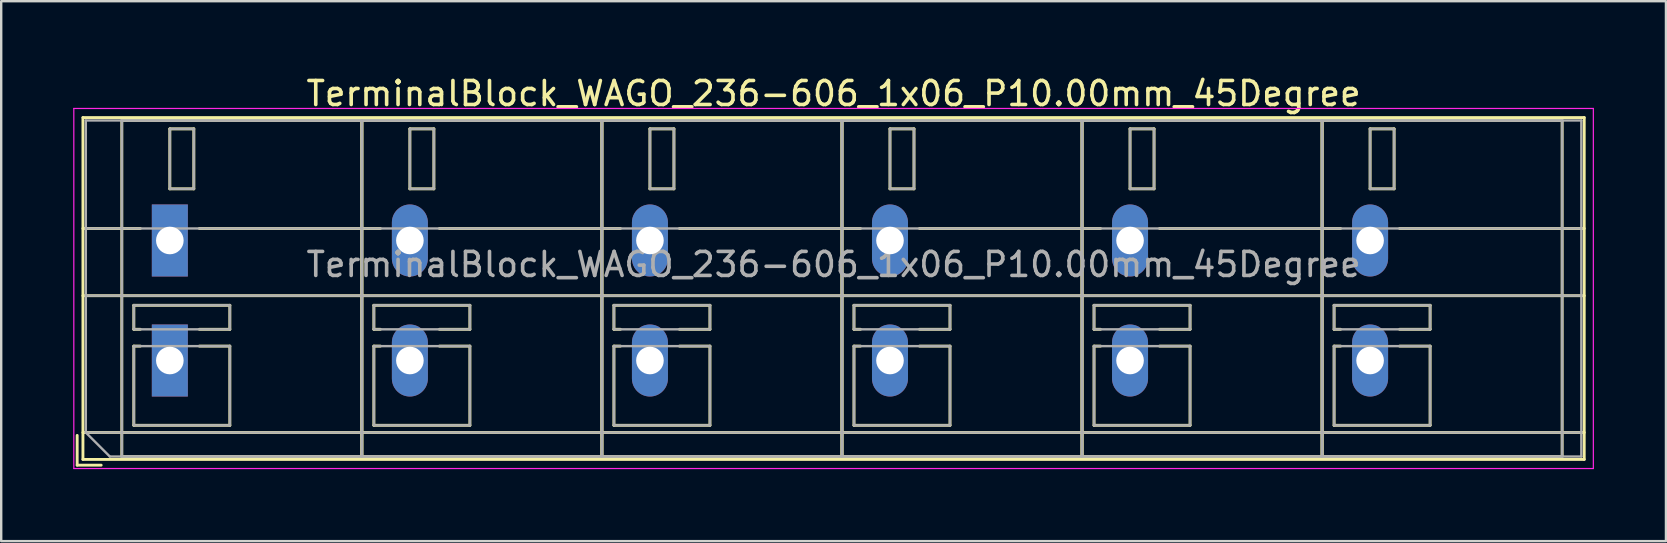
<source format=kicad_pcb>
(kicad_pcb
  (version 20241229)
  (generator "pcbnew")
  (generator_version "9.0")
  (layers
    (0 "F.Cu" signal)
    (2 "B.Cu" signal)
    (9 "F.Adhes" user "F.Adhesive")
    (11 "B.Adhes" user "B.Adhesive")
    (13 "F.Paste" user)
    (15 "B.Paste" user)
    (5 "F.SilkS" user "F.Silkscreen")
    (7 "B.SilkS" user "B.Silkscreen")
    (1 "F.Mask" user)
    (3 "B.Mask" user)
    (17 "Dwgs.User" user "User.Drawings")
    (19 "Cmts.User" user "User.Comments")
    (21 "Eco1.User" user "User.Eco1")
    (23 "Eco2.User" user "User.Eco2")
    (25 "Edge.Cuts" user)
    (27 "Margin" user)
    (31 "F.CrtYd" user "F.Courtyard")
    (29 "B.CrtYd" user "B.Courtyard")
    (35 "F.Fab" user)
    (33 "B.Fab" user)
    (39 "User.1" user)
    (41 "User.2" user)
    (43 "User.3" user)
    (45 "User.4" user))
  (footprint "TerminalBlock_WAGO_236-606_1x06_P10.00mm_45Degree"
    (layer "F.Cu")
    (at 4.025 6.968)
    (property "Reference" "TerminalBlock_WAGO_236-606_1x06_P10.00mm_45Degree" (at 27.65 -6.12 0) (layer "F.SilkS") (effects (font (size 1 1) (thickness 0.15))))
    (attr through_hole)
    (fp_line (start -3.86 8.12) (end -3.86 9.36) (stroke (width 0.12) (type solid)) (layer "F.SilkS"))
    (fp_line (start -3.86 9.36) (end -2.86 9.36) (stroke (width 0.12) (type solid)) (layer "F.SilkS"))
    (fp_line (start -3.62 -5.12) (end -3.62 9.12) (stroke (width 0.12) (type solid)) (layer "F.SilkS"))
    (fp_line (start -3.62 -5.12) (end 58.92 -5.12) (stroke (width 0.12) (type solid)) (layer "F.SilkS"))
    (fp_line (start -3.62 -0.5) (end -1.23 -0.5) (stroke (width 0.12) (type solid)) (layer "F.SilkS"))
    (fp_line (start -3.62 2.3) (end 58.92 2.3) (stroke (width 0.12) (type solid)) (layer "F.SilkS"))
    (fp_line (start -3.62 8) (end 58.92 8) (stroke (width 0.12) (type solid)) (layer "F.SilkS"))
    (fp_line (start -3.62 9.12) (end 58.92 9.12) (stroke (width 0.12) (type solid)) (layer "F.SilkS"))
    (fp_line (start -2 -5) (end -2 9) (stroke (width 0.12) (type solid)) (layer "F.SilkS"))
    (fp_line (start -2 -5) (end 8 -5) (stroke (width 0.12) (type solid)) (layer "F.SilkS"))
    (fp_line (start -2 9) (end 8 9) (stroke (width 0.12) (type solid)) (layer "F.SilkS"))
    (fp_line (start -1.5 2.7) (end -1.5 3.7) (stroke (width 0.12) (type solid)) (layer "F.SilkS"))
    (fp_line (start -1.5 2.7) (end 2.5 2.7) (stroke (width 0.12) (type solid)) (layer "F.SilkS"))
    (fp_line (start -1.5 3.7) (end -1.23 3.7) (stroke (width 0.12) (type solid)) (layer "F.SilkS"))
    (fp_line (start -1.5 4.4) (end -1.5 7.7) (stroke (width 0.12) (type solid)) (layer "F.SilkS"))
    (fp_line (start -1.5 4.4) (end -1.23 4.4) (stroke (width 0.12) (type solid)) (layer "F.SilkS"))
    (fp_line (start -1.5 7.7) (end 2.5 7.7) (stroke (width 0.12) (type solid)) (layer "F.SilkS"))
    (fp_line (start 0 -4.65) (end 0 -2.151) (stroke (width 0.12) (type solid)) (layer "F.SilkS"))
    (fp_line (start 0 -4.65) (end 1 -4.65) (stroke (width 0.12) (type solid)) (layer "F.SilkS"))
    (fp_line (start 0 -2.151) (end 1 -2.151) (stroke (width 0.12) (type solid)) (layer "F.SilkS"))
    (fp_line (start 1 -4.65) (end 1 -2.151) (stroke (width 0.12) (type solid)) (layer "F.SilkS"))
    (fp_line (start 1.23 -0.5) (end 8.77 -0.5) (stroke (width 0.12) (type solid)) (layer "F.SilkS"))
    (fp_line (start 1.23 3.7) (end 2.5 3.7) (stroke (width 0.12) (type solid)) (layer "F.SilkS"))
    (fp_line (start 1.23 4.4) (end 2.5 4.4) (stroke (width 0.12) (type solid)) (layer "F.SilkS"))
    (fp_line (start 2.5 2.7) (end 2.5 3.7) (stroke (width 0.12) (type solid)) (layer "F.SilkS"))
    (fp_line (start 2.5 4.4) (end 2.5 7.7) (stroke (width 0.12) (type solid)) (layer "F.SilkS"))
    (fp_line (start 8 -5) (end 8 9) (stroke (width 0.12) (type solid)) (layer "F.SilkS"))
    (fp_line (start 8 -5) (end 8 9) (stroke (width 0.12) (type solid)) (layer "F.SilkS"))
    (fp_line (start 8 -5) (end 18 -5) (stroke (width 0.12) (type solid)) (layer "F.SilkS"))
    (fp_line (start 8 9) (end 18 9) (stroke (width 0.12) (type solid)) (layer "F.SilkS"))
    (fp_line (start 8.5 2.7) (end 8.5 3.7) (stroke (width 0.12) (type solid)) (layer "F.SilkS"))
    (fp_line (start 8.5 2.7) (end 12.5 2.7) (stroke (width 0.12) (type solid)) (layer "F.SilkS"))
    (fp_line (start 8.5 3.7) (end 8.77 3.7) (stroke (width 0.12) (type solid)) (layer "F.SilkS"))
    (fp_line (start 8.5 4.4) (end 8.5 7.7) (stroke (width 0.12) (type solid)) (layer "F.SilkS"))
    (fp_line (start 8.5 4.4) (end 8.77 4.4) (stroke (width 0.12) (type solid)) (layer "F.SilkS"))
    (fp_line (start 8.5 7.7) (end 12.5 7.7) (stroke (width 0.12) (type solid)) (layer "F.SilkS"))
    (fp_line (start 10 -4.65) (end 10 -2.151) (stroke (width 0.12) (type solid)) (layer "F.SilkS"))
    (fp_line (start 10 -4.65) (end 11 -4.65) (stroke (width 0.12) (type solid)) (layer "F.SilkS"))
    (fp_line (start 10 -2.151) (end 11 -2.151) (stroke (width 0.12) (type solid)) (layer "F.SilkS"))
    (fp_line (start 11 -4.65) (end 11 -2.151) (stroke (width 0.12) (type solid)) (layer "F.SilkS"))
    (fp_line (start 11.23 -0.5) (end 18.77 -0.5) (stroke (width 0.12) (type solid)) (layer "F.SilkS"))
    (fp_line (start 11.23 3.7) (end 12.5 3.7) (stroke (width 0.12) (type solid)) (layer "F.SilkS"))
    (fp_line (start 11.23 4.4) (end 12.5 4.4) (stroke (width 0.12) (type solid)) (layer "F.SilkS"))
    (fp_line (start 12.5 2.7) (end 12.5 3.7) (stroke (width 0.12) (type solid)) (layer "F.SilkS"))
    (fp_line (start 12.5 4.4) (end 12.5 7.7) (stroke (width 0.12) (type solid)) (layer "F.SilkS"))
    (fp_line (start 18 -5) (end 18 9) (stroke (width 0.12) (type solid)) (layer "F.SilkS"))
    (fp_line (start 18 -5) (end 18 9) (stroke (width 0.12) (type solid)) (layer "F.SilkS"))
    (fp_line (start 18 -5) (end 28 -5) (stroke (width 0.12) (type solid)) (layer "F.SilkS"))
    (fp_line (start 18 9) (end 28 9) (stroke (width 0.12) (type solid)) (layer "F.SilkS"))
    (fp_line (start 18.5 2.7) (end 18.5 3.7) (stroke (width 0.12) (type solid)) (layer "F.SilkS"))
    (fp_line (start 18.5 2.7) (end 22.5 2.7) (stroke (width 0.12) (type solid)) (layer "F.SilkS"))
    (fp_line (start 18.5 3.7) (end 18.77 3.7) (stroke (width 0.12) (type solid)) (layer "F.SilkS"))
    (fp_line (start 18.5 4.4) (end 18.5 7.7) (stroke (width 0.12) (type solid)) (layer "F.SilkS"))
    (fp_line (start 18.5 4.4) (end 18.77 4.4) (stroke (width 0.12) (type solid)) (layer "F.SilkS"))
    (fp_line (start 18.5 7.7) (end 22.5 7.7) (stroke (width 0.12) (type solid)) (layer "F.SilkS"))
    (fp_line (start 20 -4.65) (end 20 -2.151) (stroke (width 0.12) (type solid)) (layer "F.SilkS"))
    (fp_line (start 20 -4.65) (end 21 -4.65) (stroke (width 0.12) (type solid)) (layer "F.SilkS"))
    (fp_line (start 20 -2.151) (end 21 -2.151) (stroke (width 0.12) (type solid)) (layer "F.SilkS"))
    (fp_line (start 21 -4.65) (end 21 -2.151) (stroke (width 0.12) (type solid)) (layer "F.SilkS"))
    (fp_line (start 21.23 -0.5) (end 28.77 -0.5) (stroke (width 0.12) (type solid)) (layer "F.SilkS"))
    (fp_line (start 21.23 3.7) (end 22.5 3.7) (stroke (width 0.12) (type solid)) (layer "F.SilkS"))
    (fp_line (start 21.23 4.4) (end 22.5 4.4) (stroke (width 0.12) (type solid)) (layer "F.SilkS"))
    (fp_line (start 22.5 2.7) (end 22.5 3.7) (stroke (width 0.12) (type solid)) (layer "F.SilkS"))
    (fp_line (start 22.5 4.4) (end 22.5 7.7) (stroke (width 0.12) (type solid)) (layer "F.SilkS"))
    (fp_line (start 28 -5) (end 28 9) (stroke (width 0.12) (type solid)) (layer "F.SilkS"))
    (fp_line (start 28 -5) (end 28 9) (stroke (width 0.12) (type solid)) (layer "F.SilkS"))
    (fp_line (start 28 -5) (end 38 -5) (stroke (width 0.12) (type solid)) (layer "F.SilkS"))
    (fp_line (start 28 9) (end 38 9) (stroke (width 0.12) (type solid)) (layer "F.SilkS"))
    (fp_line (start 28.5 2.7) (end 28.5 3.7) (stroke (width 0.12) (type solid)) (layer "F.SilkS"))
    (fp_line (start 28.5 2.7) (end 32.5 2.7) (stroke (width 0.12) (type solid)) (layer "F.SilkS"))
    (fp_line (start 28.5 3.7) (end 28.77 3.7) (stroke (width 0.12) (type solid)) (layer "F.SilkS"))
    (fp_line (start 28.5 4.4) (end 28.5 7.7) (stroke (width 0.12) (type solid)) (layer "F.SilkS"))
    (fp_line (start 28.5 4.4) (end 28.77 4.4) (stroke (width 0.12) (type solid)) (layer "F.SilkS"))
    (fp_line (start 28.5 7.7) (end 32.5 7.7) (stroke (width 0.12) (type solid)) (layer "F.SilkS"))
    (fp_line (start 30 -4.65) (end 30 -2.151) (stroke (width 0.12) (type solid)) (layer "F.SilkS"))
    (fp_line (start 30 -4.65) (end 31 -4.65) (stroke (width 0.12) (type solid)) (layer "F.SilkS"))
    (fp_line (start 30 -2.151) (end 31 -2.151) (stroke (width 0.12) (type solid)) (layer "F.SilkS"))
    (fp_line (start 31 -4.65) (end 31 -2.151) (stroke (width 0.12) (type solid)) (layer "F.SilkS"))
    (fp_line (start 31.23 -0.5) (end 38.77 -0.5) (stroke (width 0.12) (type solid)) (layer "F.SilkS"))
    (fp_line (start 31.23 3.7) (end 32.5 3.7) (stroke (width 0.12) (type solid)) (layer "F.SilkS"))
    (fp_line (start 31.23 4.4) (end 32.5 4.4) (stroke (width 0.12) (type solid)) (layer "F.SilkS"))
    (fp_line (start 32.5 2.7) (end 32.5 3.7) (stroke (width 0.12) (type solid)) (layer "F.SilkS"))
    (fp_line (start 32.5 4.4) (end 32.5 7.7) (stroke (width 0.12) (type solid)) (layer "F.SilkS"))
    (fp_line (start 38 -5) (end 38 9) (stroke (width 0.12) (type solid)) (layer "F.SilkS"))
    (fp_line (start 38 -5) (end 38 9) (stroke (width 0.12) (type solid)) (layer "F.SilkS"))
    (fp_line (start 38 -5) (end 48 -5) (stroke (width 0.12) (type solid)) (layer "F.SilkS"))
    (fp_line (start 38 9) (end 48 9) (stroke (width 0.12) (type solid)) (layer "F.SilkS"))
    (fp_line (start 38.5 2.7) (end 38.5 3.7) (stroke (width 0.12) (type solid)) (layer "F.SilkS"))
    (fp_line (start 38.5 2.7) (end 42.5 2.7) (stroke (width 0.12) (type solid)) (layer "F.SilkS"))
    (fp_line (start 38.5 3.7) (end 38.77 3.7) (stroke (width 0.12) (type solid)) (layer "F.SilkS"))
    (fp_line (start 38.5 4.4) (end 38.5 7.7) (stroke (width 0.12) (type solid)) (layer "F.SilkS"))
    (fp_line (start 38.5 4.4) (end 38.77 4.4) (stroke (width 0.12) (type solid)) (layer "F.SilkS"))
    (fp_line (start 38.5 7.7) (end 42.5 7.7) (stroke (width 0.12) (type solid)) (layer "F.SilkS"))
    (fp_line (start 40 -4.65) (end 40 -2.151) (stroke (width 0.12) (type solid)) (layer "F.SilkS"))
    (fp_line (start 40 -4.65) (end 41 -4.65) (stroke (width 0.12) (type solid)) (layer "F.SilkS"))
    (fp_line (start 40 -2.151) (end 41 -2.151) (stroke (width 0.12) (type solid)) (layer "F.SilkS"))
    (fp_line (start 41 -4.65) (end 41 -2.151) (stroke (width 0.12) (type solid)) (layer "F.SilkS"))
    (fp_line (start 41.23 -0.5) (end 48.77 -0.5) (stroke (width 0.12) (type solid)) (layer "F.SilkS"))
    (fp_line (start 41.23 3.7) (end 42.5 3.7) (stroke (width 0.12) (type solid)) (layer "F.SilkS"))
    (fp_line (start 41.23 4.4) (end 42.5 4.4) (stroke (width 0.12) (type solid)) (layer "F.SilkS"))
    (fp_line (start 42.5 2.7) (end 42.5 3.7) (stroke (width 0.12) (type solid)) (layer "F.SilkS"))
    (fp_line (start 42.5 4.4) (end 42.5 7.7) (stroke (width 0.12) (type solid)) (layer "F.SilkS"))
    (fp_line (start 48 -5) (end 48 9) (stroke (width 0.12) (type solid)) (layer "F.SilkS"))
    (fp_line (start 48 -5) (end 48 9) (stroke (width 0.12) (type solid)) (layer "F.SilkS"))
    (fp_line (start 48 -5) (end 58 -5) (stroke (width 0.12) (type solid)) (layer "F.SilkS"))
    (fp_line (start 48 9) (end 58 9) (stroke (width 0.12) (type solid)) (layer "F.SilkS"))
    (fp_line (start 48.5 2.7) (end 48.5 3.7) (stroke (width 0.12) (type solid)) (layer "F.SilkS"))
    (fp_line (start 48.5 2.7) (end 52.5 2.7) (stroke (width 0.12) (type solid)) (layer "F.SilkS"))
    (fp_line (start 48.5 3.7) (end 48.77 3.7) (stroke (width 0.12) (type solid)) (layer "F.SilkS"))
    (fp_line (start 48.5 4.4) (end 48.5 7.7) (stroke (width 0.12) (type solid)) (layer "F.SilkS"))
    (fp_line (start 48.5 4.4) (end 48.77 4.4) (stroke (width 0.12) (type solid)) (layer "F.SilkS"))
    (fp_line (start 48.5 7.7) (end 52.5 7.7) (stroke (width 0.12) (type solid)) (layer "F.SilkS"))
    (fp_line (start 50 -4.65) (end 50 -2.151) (stroke (width 0.12) (type solid)) (layer "F.SilkS"))
    (fp_line (start 50 -4.65) (end 51 -4.65) (stroke (width 0.12) (type solid)) (layer "F.SilkS"))
    (fp_line (start 50 -2.151) (end 51 -2.151) (stroke (width 0.12) (type solid)) (layer "F.SilkS"))
    (fp_line (start 51 -4.65) (end 51 -2.151) (stroke (width 0.12) (type solid)) (layer "F.SilkS"))
    (fp_line (start 51.23 -0.5) (end 58.92 -0.5) (stroke (width 0.12) (type solid)) (layer "F.SilkS"))
    (fp_line (start 51.23 3.7) (end 52.5 3.7) (stroke (width 0.12) (type solid)) (layer "F.SilkS"))
    (fp_line (start 51.23 4.4) (end 52.5 4.4) (stroke (width 0.12) (type solid)) (layer "F.SilkS"))
    (fp_line (start 52.5 2.7) (end 52.5 3.7) (stroke (width 0.12) (type solid)) (layer "F.SilkS"))
    (fp_line (start 52.5 4.4) (end 52.5 7.7) (stroke (width 0.12) (type solid)) (layer "F.SilkS"))
    (fp_line (start 58 -5) (end 58 9) (stroke (width 0.12) (type solid)) (layer "F.SilkS"))
    (fp_line (start 58.92 -5.12) (end 58.92 9.12) (stroke (width 0.12) (type solid)) (layer "F.SilkS"))
    (fp_line (start -4 -5.5) (end -4 9.5) (stroke (width 0.05) (type solid)) (layer "F.CrtYd"))
    (fp_line (start -4 9.5) (end 59.3 9.5) (stroke (width 0.05) (type solid)) (layer "F.CrtYd"))
    (fp_line (start 59.3 -5.5) (end -4 -5.5) (stroke (width 0.05) (type solid)) (layer "F.CrtYd"))
    (fp_line (start 59.3 9.5) (end 59.3 -5.5) (stroke (width 0.05) (type solid)) (layer "F.CrtYd"))
    (fp_line (start -3.5 -5) (end 58.8 -5) (stroke (width 0.1) (type solid)) (layer "F.Fab"))
    (fp_line (start -3.5 -0.5) (end 58.8 -0.5) (stroke (width 0.1) (type solid)) (layer "F.Fab"))
    (fp_line (start -3.5 2.3) (end 58.8 2.3) (stroke (width 0.1) (type solid)) (layer "F.Fab"))
    (fp_line (start -3.5 8) (end -3.5 -5) (stroke (width 0.1) (type solid)) (layer "F.Fab"))
    (fp_line (start -3.5 8) (end 58.8 8) (stroke (width 0.1) (type solid)) (layer "F.Fab"))
    (fp_line (start -2.5 9) (end -3.5 8) (stroke (width 0.1) (type solid)) (layer "F.Fab"))
    (fp_line (start -2 -5) (end -2 9) (stroke (width 0.1) (type solid)) (layer "F.Fab"))
    (fp_line (start -2 9) (end 8 9) (stroke (width 0.1) (type solid)) (layer "F.Fab"))
    (fp_line (start -1.5 2.7) (end -1.5 3.7) (stroke (width 0.1) (type solid)) (layer "F.Fab"))
    (fp_line (start -1.5 3.7) (end 2.5 3.7) (stroke (width 0.1) (type solid)) (layer "F.Fab"))
    (fp_line (start -1.5 4.4) (end -1.5 7.7) (stroke (width 0.1) (type solid)) (layer "F.Fab"))
    (fp_line (start -1.5 7.7) (end 2.5 7.7) (stroke (width 0.1) (type solid)) (layer "F.Fab"))
    (fp_line (start 0 -4.65) (end 0 -2.15) (stroke (width 0.1) (type solid)) (layer "F.Fab"))
    (fp_line (start 0 -2.15) (end 1 -2.15) (stroke (width 0.1) (type solid)) (layer "F.Fab"))
    (fp_line (start 1 -4.65) (end 0 -4.65) (stroke (width 0.1) (type solid)) (layer "F.Fab"))
    (fp_line (start 1 -2.15) (end 1 -4.65) (stroke (width 0.1) (type solid)) (layer "F.Fab"))
    (fp_line (start 2.5 2.7) (end -1.5 2.7) (stroke (width 0.1) (type solid)) (layer "F.Fab"))
    (fp_line (start 2.5 3.7) (end 2.5 2.7) (stroke (width 0.1) (type solid)) (layer "F.Fab"))
    (fp_line (start 2.5 4.4) (end -1.5 4.4) (stroke (width 0.1) (type solid)) (layer "F.Fab"))
    (fp_line (start 2.5 7.7) (end 2.5 4.4) (stroke (width 0.1) (type solid)) (layer "F.Fab"))
    (fp_line (start 8 -5) (end -2 -5) (stroke (width 0.1) (type solid)) (layer "F.Fab"))
    (fp_line (start 8 -5) (end 8 9) (stroke (width 0.1) (type solid)) (layer "F.Fab"))
    (fp_line (start 8 9) (end 8 -5) (stroke (width 0.1) (type solid)) (layer "F.Fab"))
    (fp_line (start 8 9) (end 18 9) (stroke (width 0.1) (type solid)) (layer "F.Fab"))
    (fp_line (start 8.5 2.7) (end 8.5 3.7) (stroke (width 0.1) (type solid)) (layer "F.Fab"))
    (fp_line (start 8.5 3.7) (end 12.5 3.7) (stroke (width 0.1) (type solid)) (layer "F.Fab"))
    (fp_line (start 8.5 4.4) (end 8.5 7.7) (stroke (width 0.1) (type solid)) (layer "F.Fab"))
    (fp_line (start 8.5 7.7) (end 12.5 7.7) (stroke (width 0.1) (type solid)) (layer "F.Fab"))
    (fp_line (start 10 -4.65) (end 10 -2.15) (stroke (width 0.1) (type solid)) (layer "F.Fab"))
    (fp_line (start 10 -2.15) (end 11 -2.15) (stroke (width 0.1) (type solid)) (layer "F.Fab"))
    (fp_line (start 11 -4.65) (end 10 -4.65) (stroke (width 0.1) (type solid)) (layer "F.Fab"))
    (fp_line (start 11 -2.15) (end 11 -4.65) (stroke (width 0.1) (type solid)) (layer "F.Fab"))
    (fp_line (start 12.5 2.7) (end 8.5 2.7) (stroke (width 0.1) (type solid)) (layer "F.Fab"))
    (fp_line (start 12.5 3.7) (end 12.5 2.7) (stroke (width 0.1) (type solid)) (layer "F.Fab"))
    (fp_line (start 12.5 4.4) (end 8.5 4.4) (stroke (width 0.1) (type solid)) (layer "F.Fab"))
    (fp_line (start 12.5 7.7) (end 12.5 4.4) (stroke (width 0.1) (type solid)) (layer "F.Fab"))
    (fp_line (start 18 -5) (end 8 -5) (stroke (width 0.1) (type solid)) (layer "F.Fab"))
    (fp_line (start 18 -5) (end 18 9) (stroke (width 0.1) (type solid)) (layer "F.Fab"))
    (fp_line (start 18 9) (end 18 -5) (stroke (width 0.1) (type solid)) (layer "F.Fab"))
    (fp_line (start 18 9) (end 28 9) (stroke (width 0.1) (type solid)) (layer "F.Fab"))
    (fp_line (start 18.5 2.7) (end 18.5 3.7) (stroke (width 0.1) (type solid)) (layer "F.Fab"))
    (fp_line (start 18.5 3.7) (end 22.5 3.7) (stroke (width 0.1) (type solid)) (layer "F.Fab"))
    (fp_line (start 18.5 4.4) (end 18.5 7.7) (stroke (width 0.1) (type solid)) (layer "F.Fab"))
    (fp_line (start 18.5 7.7) (end 22.5 7.7) (stroke (width 0.1) (type solid)) (layer "F.Fab"))
    (fp_line (start 20 -4.65) (end 20 -2.15) (stroke (width 0.1) (type solid)) (layer "F.Fab"))
    (fp_line (start 20 -2.15) (end 21 -2.15) (stroke (width 0.1) (type solid)) (layer "F.Fab"))
    (fp_line (start 21 -4.65) (end 20 -4.65) (stroke (width 0.1) (type solid)) (layer "F.Fab"))
    (fp_line (start 21 -2.15) (end 21 -4.65) (stroke (width 0.1) (type solid)) (layer "F.Fab"))
    (fp_line (start 22.5 2.7) (end 18.5 2.7) (stroke (width 0.1) (type solid)) (layer "F.Fab"))
    (fp_line (start 22.5 3.7) (end 22.5 2.7) (stroke (width 0.1) (type solid)) (layer "F.Fab"))
    (fp_line (start 22.5 4.4) (end 18.5 4.4) (stroke (width 0.1) (type solid)) (layer "F.Fab"))
    (fp_line (start 22.5 7.7) (end 22.5 4.4) (stroke (width 0.1) (type solid)) (layer "F.Fab"))
    (fp_line (start 28 -5) (end 18 -5) (stroke (width 0.1) (type solid)) (layer "F.Fab"))
    (fp_line (start 28 -5) (end 28 9) (stroke (width 0.1) (type solid)) (layer "F.Fab"))
    (fp_line (start 28 9) (end 28 -5) (stroke (width 0.1) (type solid)) (layer "F.Fab"))
    (fp_line (start 28 9) (end 38 9) (stroke (width 0.1) (type solid)) (layer "F.Fab"))
    (fp_line (start 28.5 2.7) (end 28.5 3.7) (stroke (width 0.1) (type solid)) (layer "F.Fab"))
    (fp_line (start 28.5 3.7) (end 32.5 3.7) (stroke (width 0.1) (type solid)) (layer "F.Fab"))
    (fp_line (start 28.5 4.4) (end 28.5 7.7) (stroke (width 0.1) (type solid)) (layer "F.Fab"))
    (fp_line (start 28.5 7.7) (end 32.5 7.7) (stroke (width 0.1) (type solid)) (layer "F.Fab"))
    (fp_line (start 30 -4.65) (end 30 -2.15) (stroke (width 0.1) (type solid)) (layer "F.Fab"))
    (fp_line (start 30 -2.15) (end 31 -2.15) (stroke (width 0.1) (type solid)) (layer "F.Fab"))
    (fp_line (start 31 -4.65) (end 30 -4.65) (stroke (width 0.1) (type solid)) (layer "F.Fab"))
    (fp_line (start 31 -2.15) (end 31 -4.65) (stroke (width 0.1) (type solid)) (layer "F.Fab"))
    (fp_line (start 32.5 2.7) (end 28.5 2.7) (stroke (width 0.1) (type solid)) (layer "F.Fab"))
    (fp_line (start 32.5 3.7) (end 32.5 2.7) (stroke (width 0.1) (type solid)) (layer "F.Fab"))
    (fp_line (start 32.5 4.4) (end 28.5 4.4) (stroke (width 0.1) (type solid)) (layer "F.Fab"))
    (fp_line (start 32.5 7.7) (end 32.5 4.4) (stroke (width 0.1) (type solid)) (layer "F.Fab"))
    (fp_line (start 38 -5) (end 28 -5) (stroke (width 0.1) (type solid)) (layer "F.Fab"))
    (fp_line (start 38 -5) (end 38 9) (stroke (width 0.1) (type solid)) (layer "F.Fab"))
    (fp_line (start 38 9) (end 38 -5) (stroke (width 0.1) (type solid)) (layer "F.Fab"))
    (fp_line (start 38 9) (end 48 9) (stroke (width 0.1) (type solid)) (layer "F.Fab"))
    (fp_line (start 38.5 2.7) (end 38.5 3.7) (stroke (width 0.1) (type solid)) (layer "F.Fab"))
    (fp_line (start 38.5 3.7) (end 42.5 3.7) (stroke (width 0.1) (type solid)) (layer "F.Fab"))
    (fp_line (start 38.5 4.4) (end 38.5 7.7) (stroke (width 0.1) (type solid)) (layer "F.Fab"))
    (fp_line (start 38.5 7.7) (end 42.5 7.7) (stroke (width 0.1) (type solid)) (layer "F.Fab"))
    (fp_line (start 40 -4.65) (end 40 -2.15) (stroke (width 0.1) (type solid)) (layer "F.Fab"))
    (fp_line (start 40 -2.15) (end 41 -2.15) (stroke (width 0.1) (type solid)) (layer "F.Fab"))
    (fp_line (start 41 -4.65) (end 40 -4.65) (stroke (width 0.1) (type solid)) (layer "F.Fab"))
    (fp_line (start 41 -2.15) (end 41 -4.65) (stroke (width 0.1) (type solid)) (layer "F.Fab"))
    (fp_line (start 42.5 2.7) (end 38.5 2.7) (stroke (width 0.1) (type solid)) (layer "F.Fab"))
    (fp_line (start 42.5 3.7) (end 42.5 2.7) (stroke (width 0.1) (type solid)) (layer "F.Fab"))
    (fp_line (start 42.5 4.4) (end 38.5 4.4) (stroke (width 0.1) (type solid)) (layer "F.Fab"))
    (fp_line (start 42.5 7.7) (end 42.5 4.4) (stroke (width 0.1) (type solid)) (layer "F.Fab"))
    (fp_line (start 48 -5) (end 38 -5) (stroke (width 0.1) (type solid)) (layer "F.Fab"))
    (fp_line (start 48 -5) (end 48 9) (stroke (width 0.1) (type solid)) (layer "F.Fab"))
    (fp_line (start 48 9) (end 48 -5) (stroke (width 0.1) (type solid)) (layer "F.Fab"))
    (fp_line (start 48 9) (end 58 9) (stroke (width 0.1) (type solid)) (layer "F.Fab"))
    (fp_line (start 48.5 2.7) (end 48.5 3.7) (stroke (width 0.1) (type solid)) (layer "F.Fab"))
    (fp_line (start 48.5 3.7) (end 52.5 3.7) (stroke (width 0.1) (type solid)) (layer "F.Fab"))
    (fp_line (start 48.5 4.4) (end 48.5 7.7) (stroke (width 0.1) (type solid)) (layer "F.Fab"))
    (fp_line (start 48.5 7.7) (end 52.5 7.7) (stroke (width 0.1) (type solid)) (layer "F.Fab"))
    (fp_line (start 50 -4.65) (end 50 -2.15) (stroke (width 0.1) (type solid)) (layer "F.Fab"))
    (fp_line (start 50 -2.15) (end 51 -2.15) (stroke (width 0.1) (type solid)) (layer "F.Fab"))
    (fp_line (start 51 -4.65) (end 50 -4.65) (stroke (width 0.1) (type solid)) (layer "F.Fab"))
    (fp_line (start 51 -2.15) (end 51 -4.65) (stroke (width 0.1) (type solid)) (layer "F.Fab"))
    (fp_line (start 52.5 2.7) (end 48.5 2.7) (stroke (width 0.1) (type solid)) (layer "F.Fab"))
    (fp_line (start 52.5 3.7) (end 52.5 2.7) (stroke (width 0.1) (type solid)) (layer "F.Fab"))
    (fp_line (start 52.5 4.4) (end 48.5 4.4) (stroke (width 0.1) (type solid)) (layer "F.Fab"))
    (fp_line (start 52.5 7.7) (end 52.5 4.4) (stroke (width 0.1) (type solid)) (layer "F.Fab"))
    (fp_line (start 58 -5) (end 48 -5) (stroke (width 0.1) (type solid)) (layer "F.Fab"))
    (fp_line (start 58 9) (end 58 -5) (stroke (width 0.1) (type solid)) (layer "F.Fab"))
    (fp_line (start 58.8 -5) (end 58.8 9) (stroke (width 0.1) (type solid)) (layer "F.Fab"))
    (fp_line (start 58.8 9) (end -2.5 9) (stroke (width 0.1) (type solid)) (layer "F.Fab"))
    (fp_text user "${REFERENCE}" (at 27.65 1 0) (layer "F.Fab") (effects (font (size 1 1) (thickness 0.15))))
    (pad "1" thru_hole rect (at 0 0) (size 1.5 3) (drill 1.15) (layers "*.Cu" "*.Mask"))
    (pad "1" thru_hole rect (at 0 5) (size 1.5 3) (drill 1.15) (layers "*.Cu" "*.Mask"))
    (pad "2" thru_hole oval (at 10 0) (size 1.5 3) (drill 1.15) (layers "*.Cu" "*.Mask"))
    (pad "2" thru_hole oval (at 10 5) (size 1.5 3) (drill 1.15) (layers "*.Cu" "*.Mask"))
    (pad "3" thru_hole oval (at 20 0) (size 1.5 3) (drill 1.15) (layers "*.Cu" "*.Mask"))
    (pad "3" thru_hole oval (at 20 5) (size 1.5 3) (drill 1.15) (layers "*.Cu" "*.Mask"))
    (pad "4" thru_hole oval (at 30 0) (size 1.5 3) (drill 1.15) (layers "*.Cu" "*.Mask"))
    (pad "4" thru_hole oval (at 30 5) (size 1.5 3) (drill 1.15) (layers "*.Cu" "*.Mask"))
    (pad "5" thru_hole oval (at 40 0) (size 1.5 3) (drill 1.15) (layers "*.Cu" "*.Mask"))
    (pad "5" thru_hole oval (at 40 5) (size 1.5 3) (drill 1.15) (layers "*.Cu" "*.Mask"))
    (pad "6" thru_hole oval (at 50 0) (size 1.5 3) (drill 1.15) (layers "*.Cu" "*.Mask"))
    (pad "6" thru_hole oval (at 50 5) (size 1.5 3) (drill 1.15) (layers "*.Cu" "*.Mask")))
  (gr_rect
    (start -3 -3)
    (end 66.35 19.493)
    (stroke (width 0.1) (type default))
    (fill no)
    (layer "Edge.Cuts")))
</source>
